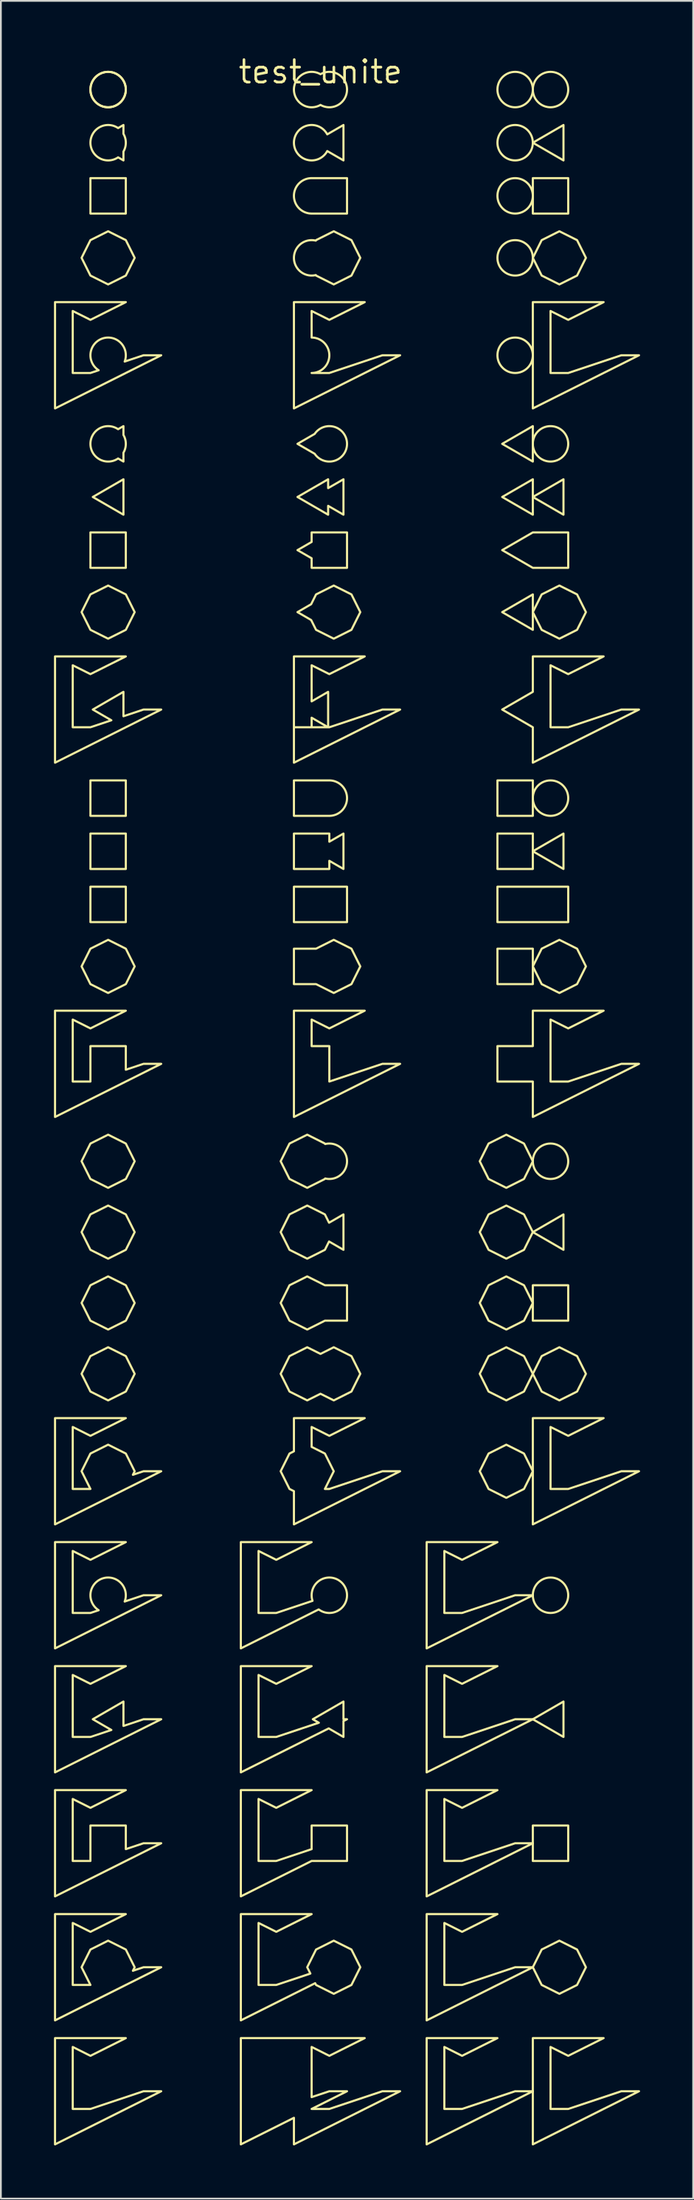
<source format=kicad_pcb>
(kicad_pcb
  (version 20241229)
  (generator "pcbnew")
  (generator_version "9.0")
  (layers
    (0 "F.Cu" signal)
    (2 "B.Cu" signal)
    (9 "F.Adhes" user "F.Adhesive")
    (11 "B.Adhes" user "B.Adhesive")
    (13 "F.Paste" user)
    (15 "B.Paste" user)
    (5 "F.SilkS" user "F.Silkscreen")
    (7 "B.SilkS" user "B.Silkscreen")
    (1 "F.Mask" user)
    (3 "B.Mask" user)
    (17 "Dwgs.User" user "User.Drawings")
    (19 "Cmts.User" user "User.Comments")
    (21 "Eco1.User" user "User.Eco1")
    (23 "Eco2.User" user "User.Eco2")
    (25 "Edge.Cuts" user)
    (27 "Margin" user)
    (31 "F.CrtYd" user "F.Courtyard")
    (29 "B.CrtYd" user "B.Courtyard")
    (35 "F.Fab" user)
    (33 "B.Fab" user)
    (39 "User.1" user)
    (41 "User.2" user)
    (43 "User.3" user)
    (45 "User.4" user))
  (footprint "test_unite"
    (layer "F.Cu")
    (at 15.06 1.006)
    (property "Reference" "test_unite" (at 0 0 0) (layer "F.SilkS") (effects (font (size 1.27 1.27) (thickness 0.15))))
    (attr smd)
    (fp_rect (start -13 6) (end -11 8) (stroke (width 0.12) (type solid)) (fill no) (layer "F.SilkS"))
    (fp_rect (start -13 26) (end -11 28) (stroke (width 0.12) (type solid)) (fill no) (layer "F.SilkS"))
    (fp_rect (start -13 40) (end -11 42) (stroke (width 0.12) (type solid)) (fill no) (layer "F.SilkS"))
    (fp_rect (start -13 43) (end -11 45) (stroke (width 0.12) (type solid)) (fill no) (layer "F.SilkS"))
    (fp_rect (start -13 46) (end -11 48) (stroke (width 0.12) (type solid)) (fill no) (layer "F.SilkS"))
    (fp_rect (start 10 40) (end 12 42) (stroke (width 0.12) (type solid)) (fill no) (layer "F.SilkS"))
    (fp_rect (start 10 43) (end 12 45) (stroke (width 0.12) (type solid)) (fill no) (layer "F.SilkS"))
    (fp_rect (start 10 49.5) (end 12 51.5) (stroke (width 0.12) (type solid)) (fill no) (layer "F.SilkS"))
    (fp_rect (start 12 6) (end 14 8) (stroke (width 0.12) (type solid)) (fill no) (layer "F.SilkS"))
    (fp_rect (start 12 68.5) (end 14 70.5) (stroke (width 0.12) (type solid)) (fill no) (layer "F.SilkS"))
    (fp_rect (start 12 99) (end 14 101) (stroke (width 0.12) (type solid)) (fill no) (layer "F.SilkS"))
    (fp_circle (center -12 1) (end -11 1) (stroke (width 0.12) (type solid)) (fill no) (layer "F.SilkS"))
    (fp_circle (center -12 1) (end -11 1) (stroke (width 0.12) (type solid)) (fill no) (layer "F.SilkS"))
    (fp_circle (center 11 1) (end 12 1) (stroke (width 0.12) (type solid)) (fill no) (layer "F.SilkS"))
    (fp_circle (center 11 4) (end 12 4) (stroke (width 0.12) (type solid)) (fill no) (layer "F.SilkS"))
    (fp_circle (center 11 7) (end 12 7) (stroke (width 0.12) (type solid)) (fill no) (layer "F.SilkS"))
    (fp_circle (center 11 10.5) (end 12 10.5) (stroke (width 0.12) (type solid)) (fill no) (layer "F.SilkS"))
    (fp_circle (center 11 16) (end 12 16) (stroke (width 0.12) (type solid)) (fill no) (layer "F.SilkS"))
    (fp_circle (center 13 1) (end 14 1) (stroke (width 0.12) (type solid)) (fill no) (layer "F.SilkS"))
    (fp_circle (center 13 21) (end 14 21) (stroke (width 0.12) (type solid)) (fill no) (layer "F.SilkS"))
    (fp_circle (center 13 41) (end 14 41) (stroke (width 0.12) (type solid)) (fill no) (layer "F.SilkS"))
    (fp_circle (center 13 61.5) (end 14 61.5) (stroke (width 0.12) (type solid)) (fill no) (layer "F.SilkS"))
    (fp_circle (center 13 86) (end 14 86) (stroke (width 0.12) (type solid)) (fill no) (layer "F.SilkS"))
    (fp_poly (pts (xy -12.866 24) (xy -11.134 23) (xy -11.134 25)) (stroke (width 0.12) (type solid)) (fill no) (layer "F.SilkS"))
    (fp_poly (pts (xy 10.268 21) (xy 12 20) (xy 12 22)) (stroke (width 0.12) (type solid)) (fill no) (layer "F.SilkS"))
    (fp_poly (pts (xy 10.268 24) (xy 12 23) (xy 12 25)) (stroke (width 0.12) (type solid)) (fill no) (layer "F.SilkS"))
    (fp_poly (pts (xy 10.268 30.5) (xy 12 29.5) (xy 12 31.5)) (stroke (width 0.12) (type solid)) (fill no) (layer "F.SilkS"))
    (fp_poly (pts (xy 12 4) (xy 13.732 3) (xy 13.732 5)) (stroke (width 0.12) (type solid)) (fill no) (layer "F.SilkS"))
    (fp_poly (pts (xy 12 24) (xy 13.732 23) (xy 13.732 25)) (stroke (width 0.12) (type solid)) (fill no) (layer "F.SilkS"))
    (fp_poly (pts (xy 12 44) (xy 13.732 43) (xy 13.732 45)) (stroke (width 0.12) (type solid)) (fill no) (layer "F.SilkS"))
    (fp_poly (pts (xy 12 65.5) (xy 13.732 64.5) (xy 13.732 66.5)) (stroke (width 0.12) (type solid)) (fill no) (layer "F.SilkS"))
    (fp_poly (pts (xy 12 93) (xy 13.732 92) (xy 13.732 94)) (stroke (width 0.12) (type solid)) (fill no) (layer "F.SilkS"))
    (fp_poly (pts (xy -1.5 48) (xy -1.5 46) (xy 1.5 46) (xy 1.5 48)) (stroke (width 0.12) (type solid)) (fill no) (layer "F.SilkS"))
    (fp_poly (pts (xy 10 46) (xy 14 46) (xy 14 48) (xy 10 48)) (stroke (width 0.12) (type solid)) (fill no) (layer "F.SilkS"))
    (fp_poly (pts (xy 10.268 27) (xy 12 26) (xy 14 26) (xy 14 28) (xy 12 28)) (stroke (width 0.12) (type solid)) (fill no) (layer "F.SilkS"))
    (fp_poly (pts (xy -0.5 27.461) (xy -1.299 27) (xy -0.5 26.539) (xy -0.5 26) (xy 1.5 26) (xy 1.5 28) (xy -0.5 28)) (stroke (width 0.12) (type solid)) (fill no) (layer "F.SilkS"))
    (fp_poly (pts (xy 0.433 24.5) (xy 0.433 25) (xy -1.299 24) (xy 0.433 23) (xy 0.433 23.5) (xy 1.299 23) (xy 1.299 25)) (stroke (width 0.12) (type solid)) (fill no) (layer "F.SilkS"))
    (fp_poly (pts (xy -13 9.5) (xy -12 9) (xy -11 9.5) (xy -10.5 10.5) (xy -11 11.5) (xy -12 12) (xy -13 11.5) (xy -13.5 10.5)) (stroke (width 0.12) (type solid)) (fill no) (layer "F.SilkS"))
    (fp_poly (pts (xy -13 29.5) (xy -12 29) (xy -11 29.5) (xy -10.5 30.5) (xy -11 31.5) (xy -12 32) (xy -13 31.5) (xy -13.5 30.5)) (stroke (width 0.12) (type solid)) (fill no) (layer "F.SilkS"))
    (fp_poly (pts (xy -13 49.5) (xy -12 49) (xy -11 49.5) (xy -10.5 50.5) (xy -11 51.5) (xy -12 52) (xy -13 51.5) (xy -13.5 50.5)) (stroke (width 0.12) (type solid)) (fill no) (layer "F.SilkS"))
    (fp_poly (pts (xy -13 60.5) (xy -12 60) (xy -11 60.5) (xy -10.5 61.5) (xy -11 62.5) (xy -12 63) (xy -13 62.5) (xy -13.5 61.5)) (stroke (width 0.12) (type solid)) (fill no) (layer "F.SilkS"))
    (fp_poly (pts (xy -13 64.5) (xy -12 64) (xy -11 64.5) (xy -10.5 65.5) (xy -11 66.5) (xy -12 67) (xy -13 66.5) (xy -13.5 65.5)) (stroke (width 0.12) (type solid)) (fill no) (layer "F.SilkS"))
    (fp_poly (pts (xy -13 68.5) (xy -12 68) (xy -11 68.5) (xy -10.5 69.5) (xy -11 70.5) (xy -12 71) (xy -13 70.5) (xy -13.5 69.5)) (stroke (width 0.12) (type solid)) (fill no) (layer "F.SilkS"))
    (fp_poly (pts (xy -13 72.5) (xy -12 72) (xy -11 72.5) (xy -10.5 73.5) (xy -11 74.5) (xy -12 75) (xy -13 74.5) (xy -13.5 73.5)) (stroke (width 0.12) (type solid)) (fill no) (layer "F.SilkS"))
    (fp_poly (pts (xy 0.5 44.539) (xy 0.5 45) (xy -1.5 45) (xy -1.5 43) (xy 0.5 43) (xy 0.5 43.461) (xy 1.299 43) (xy 1.299 45)) (stroke (width 0.12) (type solid)) (fill no) (layer "F.SilkS"))
    (fp_poly (pts (xy 9.5 60.5) (xy 10.5 60) (xy 11.5 60.5) (xy 12 61.5) (xy 11.5 62.5) (xy 10.5 63) (xy 9.5 62.5) (xy 9 61.5)) (stroke (width 0.12) (type solid)) (fill no) (layer "F.SilkS"))
    (fp_poly (pts (xy 9.5 64.5) (xy 10.5 64) (xy 11.5 64.5) (xy 12 65.5) (xy 11.5 66.5) (xy 10.5 67) (xy 9.5 66.5) (xy 9 65.5)) (stroke (width 0.12) (type solid)) (fill no) (layer "F.SilkS"))
    (fp_poly (pts (xy 9.5 68.5) (xy 10.5 68) (xy 11.5 68.5) (xy 12 69.5) (xy 11.5 70.5) (xy 10.5 71) (xy 9.5 70.5) (xy 9 69.5)) (stroke (width 0.12) (type solid)) (fill no) (layer "F.SilkS"))
    (fp_poly (pts (xy 9.5 72.5) (xy 10.5 72) (xy 11.5 72.5) (xy 12 73.5) (xy 11.5 74.5) (xy 10.5 75) (xy 9.5 74.5) (xy 9 73.5)) (stroke (width 0.12) (type solid)) (fill no) (layer "F.SilkS"))
    (fp_poly (pts (xy 9.5 78) (xy 10.5 77.5) (xy 11.5 78) (xy 12 79) (xy 11.5 80) (xy 10.5 80.5) (xy 9.5 80) (xy 9 79)) (stroke (width 0.12) (type solid)) (fill no) (layer "F.SilkS"))
    (fp_poly (pts (xy 12.5 9.5) (xy 13.5 9) (xy 14.5 9.5) (xy 15 10.5) (xy 14.5 11.5) (xy 13.5 12) (xy 12.5 11.5) (xy 12 10.5)) (stroke (width 0.12) (type solid)) (fill no) (layer "F.SilkS"))
    (fp_poly (pts (xy 12.5 29.5) (xy 13.5 29) (xy 14.5 29.5) (xy 15 30.5) (xy 14.5 31.5) (xy 13.5 32) (xy 12.5 31.5) (xy 12 30.5)) (stroke (width 0.12) (type solid)) (fill no) (layer "F.SilkS"))
    (fp_poly (pts (xy 12.5 49.5) (xy 13.5 49) (xy 14.5 49.5) (xy 15 50.5) (xy 14.5 51.5) (xy 13.5 52) (xy 12.5 51.5) (xy 12 50.5)) (stroke (width 0.12) (type solid)) (fill no) (layer "F.SilkS"))
    (fp_poly (pts (xy 12.5 72.5) (xy 13.5 72) (xy 14.5 72.5) (xy 15 73.5) (xy 14.5 74.5) (xy 13.5 75) (xy 12.5 74.5) (xy 12 73.5)) (stroke (width 0.12) (type solid)) (fill no) (layer "F.SilkS"))
    (fp_poly (pts (xy 12.5 106) (xy 13.5 105.5) (xy 14.5 106) (xy 15 107) (xy 14.5 108) (xy 13.5 108.5) (xy 12.5 108) (xy 12 107)) (stroke (width 0.12) (type solid)) (fill no) (layer "F.SilkS"))
    (fp_poly (pts (xy -15 111) (xy -11 111) (xy -13 112) (xy -14 111.5) (xy -14 115) (xy -13 115) (xy -10 114) (xy -9 114) (xy -15 117)) (stroke (width 0.12) (type solid)) (fill no) (layer "F.SilkS"))
    (fp_poly (pts (xy -0.25 51.5) (xy -1.5 51.5) (xy -1.5 49.5) (xy -0.25 49.5) (xy 0.75 49) (xy 1.75 49.5) (xy 2.25 50.5) (xy 1.75 51.5) (xy 0.75 52)) (stroke (width 0.12) (type solid)) (fill no) (layer "F.SilkS"))
    (fp_poly (pts (xy 0.25 70.5) (xy -0.75 71) (xy -1.75 70.5) (xy -2.25 69.5) (xy -1.75 68.5) (xy -0.75 68) (xy 0.25 68.5) (xy 1.5 68.5) (xy 1.5 70.5)) (stroke (width 0.12) (type solid)) (fill no) (layer "F.SilkS"))
    (fp_poly (pts (xy 6 83) (xy 10 83) (xy 8 84) (xy 7 83.5) (xy 7 87) (xy 8 87) (xy 11 86) (xy 12 86) (xy 6 89)) (stroke (width 0.12) (type solid)) (fill no) (layer "F.SilkS"))
    (fp_poly (pts (xy 6 90) (xy 10 90) (xy 8 91) (xy 7 90.5) (xy 7 94) (xy 8 94) (xy 11 93) (xy 12 93) (xy 6 96)) (stroke (width 0.12) (type solid)) (fill no) (layer "F.SilkS"))
    (fp_poly (pts (xy 6 97) (xy 10 97) (xy 8 98) (xy 7 97.5) (xy 7 101) (xy 8 101) (xy 11 100) (xy 12 100) (xy 6 103)) (stroke (width 0.12) (type solid)) (fill no) (layer "F.SilkS"))
    (fp_poly (pts (xy 6 104) (xy 10 104) (xy 8 105) (xy 7 104.5) (xy 7 108) (xy 8 108) (xy 11 107) (xy 12 107) (xy 6 110)) (stroke (width 0.12) (type solid)) (fill no) (layer "F.SilkS"))
    (fp_poly (pts (xy 6 111) (xy 10 111) (xy 8 112) (xy 7 111.5) (xy 7 115) (xy 8 115) (xy 11 114) (xy 12 114) (xy 6 117)) (stroke (width 0.12) (type solid)) (fill no) (layer "F.SilkS"))
    (fp_poly (pts (xy 12 13) (xy 16 13) (xy 14 14) (xy 13 13.5) (xy 13 17) (xy 14 17) (xy 17 16) (xy 18 16) (xy 12 19)) (stroke (width 0.12) (type solid)) (fill no) (layer "F.SilkS"))
    (fp_poly (pts (xy 12 76) (xy 16 76) (xy 14 77) (xy 13 76.5) (xy 13 80) (xy 14 80) (xy 17 79) (xy 18 79) (xy 12 82)) (stroke (width 0.12) (type solid)) (fill no) (layer "F.SilkS"))
    (fp_poly (pts (xy 12 111) (xy 16 111) (xy 14 112) (xy 13 111.5) (xy 13 115) (xy 14 115) (xy 17 114) (xy 18 114) (xy 12 117)) (stroke (width 0.12) (type solid)) (fill no) (layer "F.SilkS"))
    (fp_poly (pts (xy -0.527 30.946) (xy -1.299 30.5) (xy -0.527 30.054) (xy -0.25 29.5) (xy 0.75 29) (xy 1.75 29.5) (xy 2.25 30.5) (xy 1.75 31.5) (xy 0.75 32) (xy -0.25 31.5)) (stroke (width 0.12) (type solid)) (fill no) (layer "F.SilkS"))
    (fp_poly (pts (xy 0.485 66.03) (xy 0.25 66.5) (xy -0.75 67) (xy -1.75 66.5) (xy -2.25 65.5) (xy -1.75 64.5) (xy -0.75 64) (xy 0.25 64.5) (xy 0.485 64.97) (xy 1.299 64.5) (xy 1.299 66.5)) (stroke (width 0.12) (type solid)) (fill no) (layer "F.SilkS"))
    (fp_poly (pts (xy -13 57) (xy -13 55) (xy -11 55) (xy -11 56.333) (xy -10 56) (xy -9 56) (xy -15 59) (xy -15 53) (xy -11 53) (xy -13 54) (xy -14 53.5) (xy -14 57)) (stroke (width 0.12) (type solid)) (fill no) (layer "F.SilkS"))
    (fp_poly (pts (xy -11 100.333) (xy -10 100) (xy -9 100) (xy -15 103) (xy -15 97) (xy -11 97) (xy -13 98) (xy -14 97.5) (xy -14 101) (xy -13 101) (xy -13 99) (xy -11 99)) (stroke (width 0.12) (type solid)) (fill no) (layer "F.SilkS"))
    (fp_poly (pts (xy -0.5 55) (xy 0.5 55) (xy 0.5 57) (xy -0.5 57) (xy 0.5 57) (xy 3.5 56) (xy 4.5 56) (xy -1.5 59) (xy -1.5 53) (xy 2.5 53) (xy 0.5 54) (xy -0.5 53.5)) (stroke (width 0.12) (type solid)) (fill no) (layer "F.SilkS"))
    (fp_poly (pts (xy -0.5 101) (xy -4.5 103) (xy -4.5 97) (xy -0.5 97) (xy -2.5 98) (xy -3.5 97.5) (xy -3.5 101) (xy -2.5 101) (xy -0.5 100.333) (xy -0.5 99) (xy 1.5 99) (xy 1.5 101)) (stroke (width 0.12) (type solid)) (fill no) (layer "F.SilkS"))
    (fp_poly (pts (xy 0 74.625) (xy -0.75 75) (xy -1.75 74.5) (xy -2.25 73.5) (xy -1.75 72.5) (xy -0.75 72) (xy 0 72.375) (xy 0.75 72) (xy 1.75 72.5) (xy 2.25 73.5) (xy 1.75 74.5) (xy 0.75 75)) (stroke (width 0.12) (type solid)) (fill no) (layer "F.SilkS"))
    (fp_poly (pts (xy 10.268 36) (xy 12 35) (xy 12 33) (xy 16 33) (xy 14 34) (xy 13 33.5) (xy 13 37) (xy 14 37) (xy 17 36) (xy 18 36) (xy 12 39) (xy 12 37)) (stroke (width 0.12) (type solid)) (fill no) (layer "F.SilkS"))
    (fp_poly (pts (xy -11.817 36.606) (xy -12.866 36) (xy -11.134 35) (xy -11.134 36.378) (xy -10 36) (xy -9 36) (xy -15 39) (xy -15 33) (xy -11 33) (xy -13 34) (xy -14 33.5) (xy -14 37) (xy -13 37)) (stroke (width 0.12) (type solid)) (fill no) (layer "F.SilkS"))
    (fp_poly (pts (xy -11.134 93.378) (xy -10 93) (xy -9 93) (xy -15 96) (xy -15 90) (xy -11 90) (xy -13 91) (xy -14 90.5) (xy -14 94) (xy -13 94) (xy -11.817 93.606) (xy -12.866 93) (xy -11.134 92)) (stroke (width 0.12) (type solid)) (fill no) (layer "F.SilkS"))
    (fp_poly (pts (xy -0.5 35.539) (xy 0.433 35) (xy 0.433 37) (xy -0.5 36.461) (xy -0.5 37) (xy 0.5 37) (xy 3.5 36) (xy 4.5 36) (xy -1.5 39) (xy -1.5 33) (xy 2.5 33) (xy 0.5 34) (xy -0.5 33.5)) (stroke (width 0.12) (type solid)) (fill no) (layer "F.SilkS"))
    (fp_poly (pts (xy 10 55) (xy 12 55) (xy 12 53) (xy 16 53) (xy 14 54) (xy 13 53.5) (xy 13 57) (xy 14 57) (xy 17 56) (xy 18 56) (xy 12 59) (xy 12 57) (xy 10 57)) (stroke (width 0.12) (type solid)) (fill no) (layer "F.SilkS"))
    (fp_poly (pts (xy -1.5 115.5) (xy -4.5 117) (xy -4.5 111) (xy 2.5 111) (xy 0.5 112) (xy -0.5 111.5) (xy -0.5 114.333) (xy 0.5 114) (xy 1.5 114) (xy -0.5 115) (xy 0.5 115) (xy 3.5 114) (xy 4.5 114) (xy -1.5 117)) (stroke (width 0.12) (type solid)) (fill no) (layer "F.SilkS"))
    (fp_poly (pts (xy -13 80) (xy -13.5 79) (xy -13 78) (xy -12 77.5) (xy -11 78) (xy -10.5 79) (xy -10.6 79.2) (xy -10 79) (xy -9 79) (xy -15 82) (xy -15 76) (xy -11 76) (xy -13 77) (xy -14 76.5) (xy -14 80)) (stroke (width 0.12) (type solid)) (fill no) (layer "F.SilkS"))
    (fp_poly (pts (xy -10.6 107.2) (xy -10 107) (xy -9 107) (xy -15 110) (xy -15 104) (xy -11 104) (xy -13 105) (xy -14 104.5) (xy -14 108) (xy -13 108) (xy -13.5 107) (xy -13 106) (xy -12 105.5) (xy -11 106) (xy -10.5 107)) (stroke (width 0.12) (type solid)) (fill no) (layer "F.SilkS"))
    (fp_poly (pts (xy 0.464 93.518) (xy -4.5 96) (xy -4.5 90) (xy -0.5 90) (xy -2.5 91) (xy -3.5 90.5) (xy -3.5 94) (xy -2.5 94) (xy -0.092 93.197) (xy -0.433 93) (xy 1.299 92) (xy 1.299 93) (xy 1.5 93) (xy 1.299 93.1) (xy 1.299 94)) (stroke (width 0.12) (type solid)) (fill no) (layer "F.SilkS"))
    (fp_poly (pts (xy -1.5 80.125) (xy -1.75 80) (xy -2.25 79) (xy -1.75 78) (xy -1.5 77.875) (xy -1.5 76) (xy 2.5 76) (xy 0.5 77) (xy -0.5 76.5) (xy -0.5 77.625) (xy 0.25 78) (xy 0.75 79) (xy 0.25 80) (xy 0.5 80) (xy 3.5 79) (xy 4.5 79) (xy -1.5 82)) (stroke (width 0.12) (type solid)) (fill no) (layer "F.SilkS"))
    (fp_poly (pts (xy -0.3 107.9) (xy -4.5 110) (xy -4.5 104) (xy -0.5 104) (xy -2.5 105) (xy -3.5 104.5) (xy -3.5 108) (xy -2.5 108) (xy -0.571 107.357) (xy -0.75 107) (xy -0.25 106) (xy 0.75 105.5) (xy 1.75 106) (xy 2.25 107) (xy 1.75 108) (xy 0.75 108.5) (xy -0.25 108)) (stroke (width 0.12) (type solid)) (fill no) (layer "F.SilkS"))
    (fp_poly (pts (arc (start -0.5 8) (mid -1.5 7) (end -0.5 6)) (xy 1.5 6) (xy 1.5 8)) (stroke (width 0.12) (type solid)) (fill no) (layer "F.SilkS"))
    (fp_poly (pts (arc (start 0.5 40) (mid 1.5 41) (end 0.5 42)) (xy -1.5 42) (xy -1.5 40)) (stroke (width 0.12) (type solid)) (fill no) (layer "F.SilkS"))
    (fp_poly (pts (arc (start -0.5 15) (mid 0.5 16) (end -0.5 17)) (xy 0.5 17) (xy 3.5 16) (xy 4.5 16) (xy -1.5 19) (xy -1.5 13) (xy 2.5 13) (xy 0.5 14) (xy -0.5 13.5)) (stroke (width 0.12) (type solid)) (fill no) (layer "F.SilkS"))
    (fp_poly (pts (arc (start -0.26411 11.47178) (mid -1.5 10.5) (end -0.26411 9.52822)) (xy -0.25 9.5) (xy 0.75 9) (xy 1.75 9.5) (xy 2.25 10.5) (xy 1.75 11.5) (xy 0.75 12) (xy -0.25 11.5)) (stroke (width 0.12) (type solid)) (fill no) (layer "F.SilkS"))
    (fp_poly (pts (arc (start 0.26411 60.52822) (mid 1.5 61.5) (end 0.26411 62.47178)) (xy 0.25 62.5) (xy -0.75 63) (xy -1.75 62.5) (xy -2.25 61.5) (xy -1.75 60.5) (xy -0.75 60) (xy 0.25 60.5)) (stroke (width 0.12) (type solid)) (fill no) (layer "F.SilkS"))
    (fp_poly (pts (arc (start -12.534847 16.844949) (mid -12.316228 15.051317) (end -11.065153 16.355051)) (xy -10 16) (xy -9 16) (xy -15 19) (xy -15 13) (xy -11 13) (xy -13 14) (xy -14 13.5) (xy -14 17) (xy -13 17)) (stroke (width 0.12) (type solid)) (fill no) (layer "F.SilkS"))
    (fp_poly (pts (arc (start -12.534847 86.844949) (mid -12.316228 85.051317) (end -11.065153 86.355051)) (xy -10 86) (xy -9 86) (xy -15 89) (xy -15 83) (xy -11 83) (xy -13 84) (xy -14 83.5) (xy -14 87) (xy -13 87)) (stroke (width 0.12) (type solid)) (fill no) (layer "F.SilkS"))
    (fp_poly (pts (arc (start 0.382286 4.470713) (mid -1.5 4) (end 0.382286 3.529287)) (xy 1.299 3) (xy 1.299 5)) (stroke (width 0.12) (type solid)) (fill no) (layer "F.SilkS"))
    (fp_poly (pts (arc (start 0.428591 21.997447) (mid 0 21.866025) (end -0.32811 21.560566)) (xy -1.299 21) (arc (start -0.32811 20.439434) (mid 0 20.133975) (end 0.428591 20.002553)) (xy 0.433 20) (arc (start 0.433013 20.002246) (mid 1.5 21) (end 0.433013 21.997754)) (xy 0.433 22)) (stroke (width 0.12) (type solid)) (fill no) (layer "F.SilkS"))
    (fp_poly (pts (arc (start -11.435882 21.825694) (mid -13 21) (end -11.435882 20.174306)) (xy -11.134 20) (arc (start -11.133975 20.5) (mid -11 21) (end -11.133975 21.5)) (xy -11.134 22)) (stroke (width 0.12) (type solid)) (fill no) (layer "F.SilkS"))
    (fp_poly (pts (arc (start -11.133975 3.5) (mid -11 4) (end -11.133975 4.5)) (xy -11.134 5) (arc (start -11.435882 4.825694) (mid -13 4) (end -11.435882 3.174306)) (xy -11.134 3)) (stroke (width 0.12) (type solid)) (fill no) (layer "F.SilkS"))
    (fp_poly (pts (arc (start -0.448683 86.316228) (mid 1.311242 85.41529) (end -0.1 86.8)) (xy -4.5 89) (xy -4.5 83) (xy -0.5 83) (xy -2.5 84) (xy -3.5 83.5) (xy -3.5 87) (xy -2.5 87)) (stroke (width 0.12) (type solid)) (fill no) (layer "F.SilkS"))
    (fp_poly (pts (arc (start 0 1.866025) (mid -1.5 1) (end 0 0.133975)) (arc (start 0 0.133975) (mid 1.5 1) (end 0 1.866025))) (stroke (width 0.12) (type solid)) (fill no) (layer "F.SilkS")))
  (gr_rect
    (start -3 -3)
    (end 36.12 121.066)
    (stroke (width 0.1) (type default))
    (fill no)
    (layer "Edge.Cuts")))
</source>
